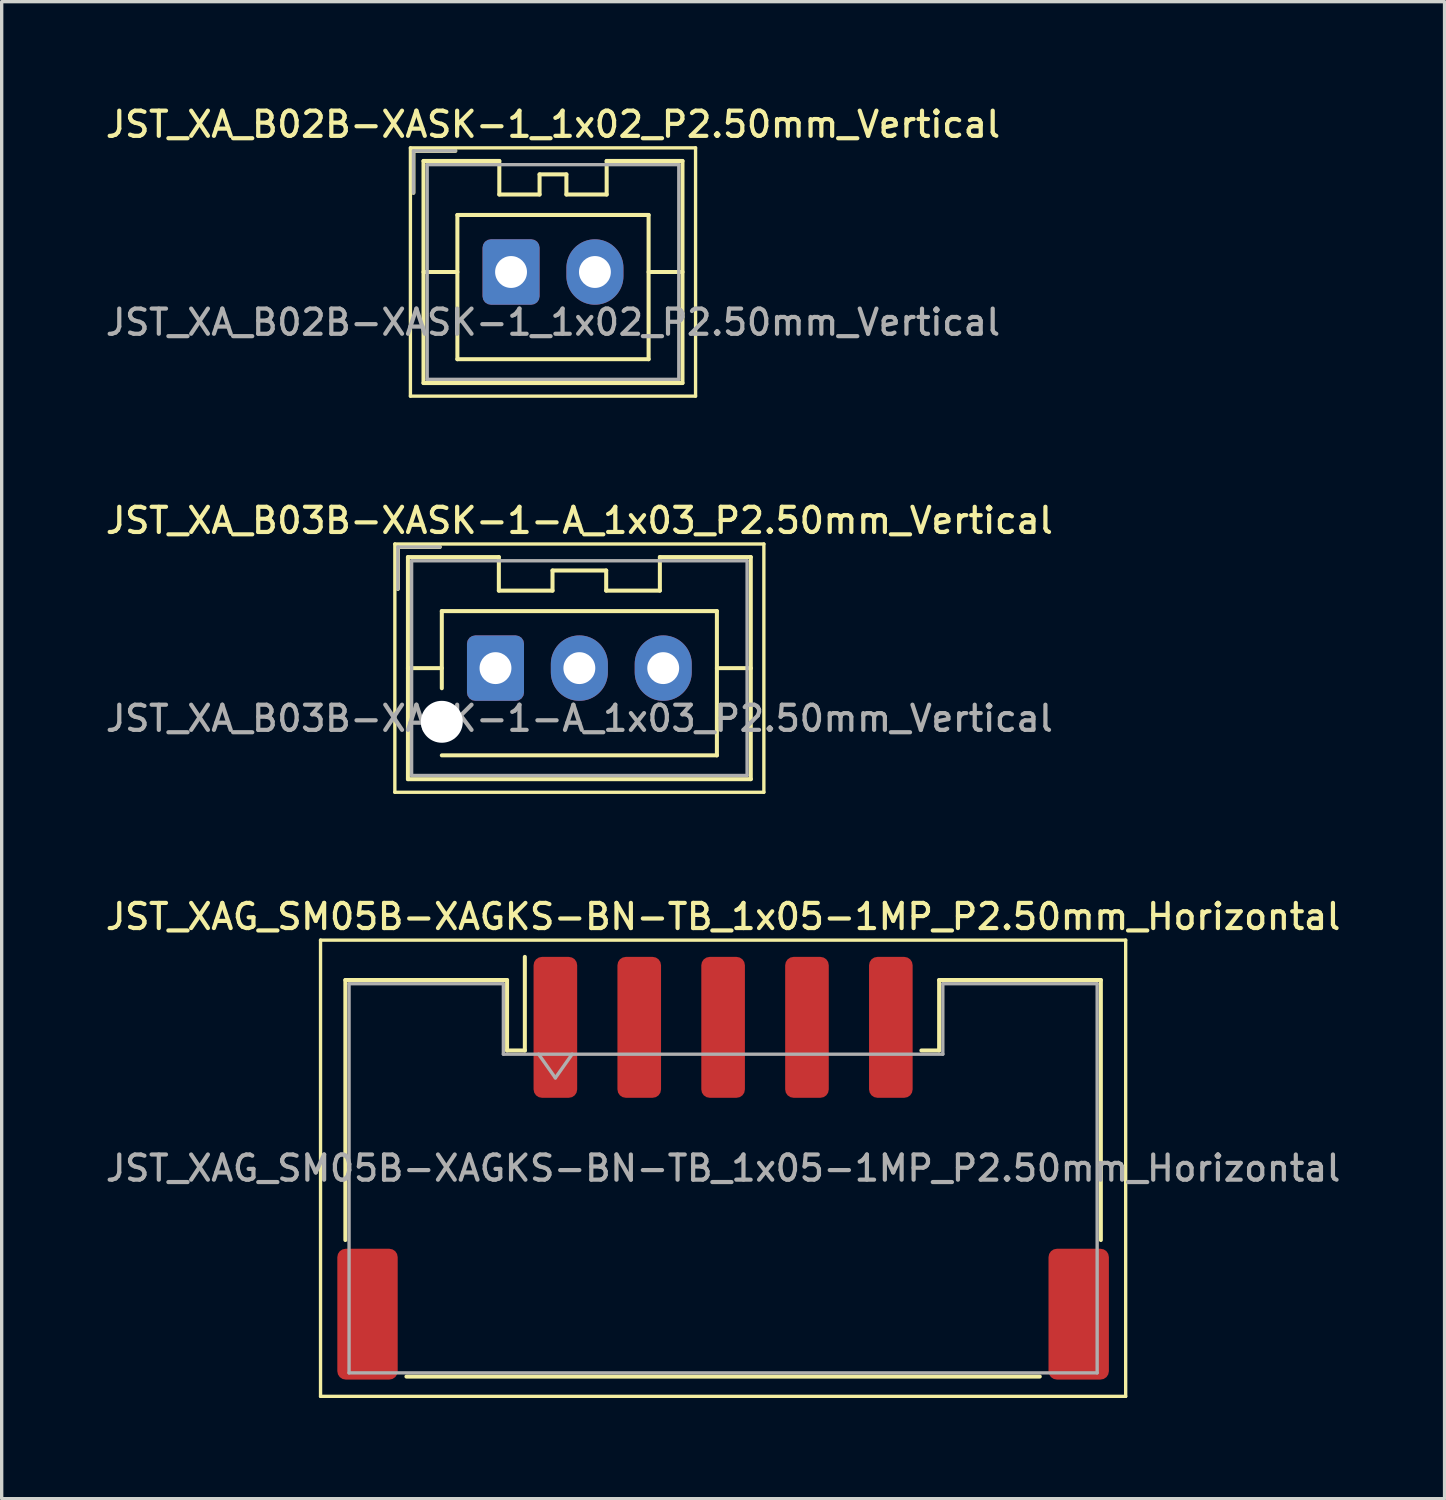
<source format=kicad_pcb>
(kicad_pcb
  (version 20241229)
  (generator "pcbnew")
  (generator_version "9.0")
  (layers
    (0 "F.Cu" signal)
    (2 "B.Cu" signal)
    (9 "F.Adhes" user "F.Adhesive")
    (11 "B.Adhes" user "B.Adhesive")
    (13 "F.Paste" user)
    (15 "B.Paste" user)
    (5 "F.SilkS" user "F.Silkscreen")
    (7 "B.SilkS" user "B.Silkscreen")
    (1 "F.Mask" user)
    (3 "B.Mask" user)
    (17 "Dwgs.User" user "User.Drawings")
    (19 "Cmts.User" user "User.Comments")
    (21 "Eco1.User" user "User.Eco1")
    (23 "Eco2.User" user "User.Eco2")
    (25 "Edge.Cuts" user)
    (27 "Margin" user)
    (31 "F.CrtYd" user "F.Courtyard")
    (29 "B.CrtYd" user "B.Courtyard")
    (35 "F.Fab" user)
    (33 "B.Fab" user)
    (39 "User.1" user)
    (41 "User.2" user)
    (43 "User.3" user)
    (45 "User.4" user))
  (footprint "JST_XA_B03B-XASK-1-A_1x03_P2.50mm_Vertical"
    (layer "F.Cu")
    (at 11.72 16.866)
    (property "Reference" "JST_XA_B03B-XASK-1-A_1x03_P2.50mm_Vertical" (at 2.5 -4.4 0) (layer "F.SilkS") (effects (font (size 0.75 0.75) (thickness 0.125))))
    (attr through_hole)
    (fp_line (start -3 -3.7) (end -3 3.7) (stroke (width 0.1) (type solid)) (layer "F.SilkS"))
    (fp_line (start -3 3.7) (end 8 3.7) (stroke (width 0.1) (type solid)) (layer "F.SilkS"))
    (fp_line (start -2.91 -3.61) (end -2.91 -2.36) (stroke (width 0.12) (type solid)) (layer "F.SilkS"))
    (fp_line (start -2.61 -3.31) (end -2.61 3.31) (stroke (width 0.12) (type solid)) (layer "F.SilkS"))
    (fp_line (start -2.61 0) (end -1.6 0) (stroke (width 0.12) (type solid)) (layer "F.SilkS"))
    (fp_line (start -2.61 3.31) (end 7.61 3.31) (stroke (width 0.12) (type solid)) (layer "F.SilkS"))
    (fp_line (start -1.66 -3.61) (end -2.91 -3.61) (stroke (width 0.12) (type solid)) (layer "F.SilkS"))
    (fp_line (start -1.6 -1.7) (end 6.6 -1.7) (stroke (width 0.12) (type solid)) (layer "F.SilkS"))
    (fp_line (start -1.6 0.6) (end -1.6 -1.7) (stroke (width 0.12) (type solid)) (layer "F.SilkS"))
    (fp_line (start 0.1 -3.31) (end -2.61 -3.31) (stroke (width 0.12) (type solid)) (layer "F.SilkS"))
    (fp_line (start 0.1 -2.31) (end 0.1 -3.31) (stroke (width 0.12) (type solid)) (layer "F.SilkS"))
    (fp_line (start 1.7 -2.91) (end 1.7 -2.31) (stroke (width 0.12) (type solid)) (layer "F.SilkS"))
    (fp_line (start 1.7 -2.31) (end 0.1 -2.31) (stroke (width 0.12) (type solid)) (layer "F.SilkS"))
    (fp_line (start 3.3 -2.91) (end 1.7 -2.91) (stroke (width 0.12) (type solid)) (layer "F.SilkS"))
    (fp_line (start 3.3 -2.31) (end 3.3 -2.91) (stroke (width 0.12) (type solid)) (layer "F.SilkS"))
    (fp_line (start 4.9 -3.31) (end 4.9 -2.31) (stroke (width 0.12) (type solid)) (layer "F.SilkS"))
    (fp_line (start 4.9 -2.31) (end 3.3 -2.31) (stroke (width 0.12) (type solid)) (layer "F.SilkS"))
    (fp_line (start 6.6 -1.7) (end 6.6 2.6) (stroke (width 0.12) (type solid)) (layer "F.SilkS"))
    (fp_line (start 6.6 2.6) (end -1.6 2.6) (stroke (width 0.12) (type solid)) (layer "F.SilkS"))
    (fp_line (start 7.61 -3.31) (end 4.9 -3.31) (stroke (width 0.12) (type solid)) (layer "F.SilkS"))
    (fp_line (start 7.61 0) (end 6.6 0) (stroke (width 0.12) (type solid)) (layer "F.SilkS"))
    (fp_line (start 7.61 3.31) (end 7.61 -3.31) (stroke (width 0.12) (type solid)) (layer "F.SilkS"))
    (fp_line (start 8 -3.7) (end -3 -3.7) (stroke (width 0.1) (type solid)) (layer "F.SilkS"))
    (fp_line (start 8 3.7) (end 8 -3.7) (stroke (width 0.1) (type solid)) (layer "F.SilkS"))
    (fp_line (start -2.91 -3.61) (end -2.91 -2.36) (stroke (width 0.1) (type solid)) (layer "F.Fab"))
    (fp_line (start -2.5 -3.2) (end -2.5 3.2) (stroke (width 0.1) (type solid)) (layer "F.Fab"))
    (fp_line (start -2.5 3.2) (end 7.5 3.2) (stroke (width 0.1) (type solid)) (layer "F.Fab"))
    (fp_line (start -1.66 -3.61) (end -2.91 -3.61) (stroke (width 0.1) (type solid)) (layer "F.Fab"))
    (fp_line (start 7.5 -3.2) (end -2.5 -3.2) (stroke (width 0.1) (type solid)) (layer "F.Fab"))
    (fp_line (start 7.5 3.2) (end 7.5 -3.2) (stroke (width 0.1) (type solid)) (layer "F.Fab"))
    (fp_text user "${REFERENCE}" (at 2.5 1.5 0) (layer "F.Fab") (effects (font (size 0.75 0.75) (thickness 0.125))))
    (pad "" np_thru_hole circle (at -1.6 1.6) (size 1.25 1.25) (drill 1.25) (layers "*.Cu" "*.Mask"))
    (pad "1" thru_hole roundrect (at 0 0) (size 1.7 1.95) (drill 0.95) (layers "*.Cu" "*.Mask") (roundrect_rratio 0.147))
    (pad "2" thru_hole oval (at 2.5 0) (size 1.7 1.95) (drill 0.95) (layers "*.Cu" "*.Mask"))
    (pad "3" thru_hole oval (at 5 0) (size 1.7 1.95) (drill 0.95) (layers "*.Cu" "*.Mask")))
  (footprint "JST_XA_B02B-XASK-1_1x02_P2.50mm_Vertical"
    (layer "F.Cu")
    (at 12.184 5.058)
    (property "Reference" "JST_XA_B02B-XASK-1_1x02_P2.50mm_Vertical" (at 1.25 -4.4 0) (layer "F.SilkS") (effects (font (size 0.75 0.75) (thickness 0.125))))
    (attr through_hole)
    (fp_line (start -3 -3.7) (end -3 3.7) (stroke (width 0.1) (type solid)) (layer "F.SilkS"))
    (fp_line (start -3 3.7) (end 5.5 3.7) (stroke (width 0.1) (type solid)) (layer "F.SilkS"))
    (fp_line (start -2.91 -3.61) (end -2.91 -2.36) (stroke (width 0.12) (type solid)) (layer "F.SilkS"))
    (fp_line (start -2.61 -3.31) (end -2.61 3.31) (stroke (width 0.12) (type solid)) (layer "F.SilkS"))
    (fp_line (start -2.61 0) (end -1.6 0) (stroke (width 0.12) (type solid)) (layer "F.SilkS"))
    (fp_line (start -2.61 3.31) (end 5.11 3.31) (stroke (width 0.12) (type solid)) (layer "F.SilkS"))
    (fp_line (start -1.66 -3.61) (end -2.91 -3.61) (stroke (width 0.12) (type solid)) (layer "F.SilkS"))
    (fp_line (start -1.6 -1.7) (end -1.6 2.6) (stroke (width 0.12) (type solid)) (layer "F.SilkS"))
    (fp_line (start -1.6 2.6) (end 4.1 2.6) (stroke (width 0.12) (type solid)) (layer "F.SilkS"))
    (fp_line (start -0.35 -3.31) (end -2.61 -3.31) (stroke (width 0.12) (type solid)) (layer "F.SilkS"))
    (fp_line (start -0.35 -2.31) (end -0.35 -3.31) (stroke (width 0.12) (type solid)) (layer "F.SilkS"))
    (fp_line (start 0.85 -2.91) (end 0.85 -2.31) (stroke (width 0.12) (type solid)) (layer "F.SilkS"))
    (fp_line (start 0.85 -2.31) (end -0.35 -2.31) (stroke (width 0.12) (type solid)) (layer "F.SilkS"))
    (fp_line (start 1.65 -2.91) (end 0.85 -2.91) (stroke (width 0.12) (type solid)) (layer "F.SilkS"))
    (fp_line (start 1.65 -2.31) (end 1.65 -2.91) (stroke (width 0.12) (type solid)) (layer "F.SilkS"))
    (fp_line (start 2.85 -3.31) (end 2.85 -2.31) (stroke (width 0.12) (type solid)) (layer "F.SilkS"))
    (fp_line (start 2.85 -2.31) (end 1.65 -2.31) (stroke (width 0.12) (type solid)) (layer "F.SilkS"))
    (fp_line (start 4.1 -1.7) (end -1.6 -1.7) (stroke (width 0.12) (type solid)) (layer "F.SilkS"))
    (fp_line (start 4.1 2.6) (end 4.1 -1.7) (stroke (width 0.12) (type solid)) (layer "F.SilkS"))
    (fp_line (start 5.11 -3.31) (end 2.85 -3.31) (stroke (width 0.12) (type solid)) (layer "F.SilkS"))
    (fp_line (start 5.11 0) (end 4.1 0) (stroke (width 0.12) (type solid)) (layer "F.SilkS"))
    (fp_line (start 5.11 3.31) (end 5.11 -3.31) (stroke (width 0.12) (type solid)) (layer "F.SilkS"))
    (fp_line (start 5.5 -3.7) (end -3 -3.7) (stroke (width 0.1) (type solid)) (layer "F.SilkS"))
    (fp_line (start 5.5 3.7) (end 5.5 -3.7) (stroke (width 0.1) (type solid)) (layer "F.SilkS"))
    (fp_line (start -2.91 -3.61) (end -2.91 -2.36) (stroke (width 0.1) (type solid)) (layer "F.Fab"))
    (fp_line (start -2.5 -3.2) (end -2.5 3.2) (stroke (width 0.1) (type solid)) (layer "F.Fab"))
    (fp_line (start -2.5 3.2) (end 5 3.2) (stroke (width 0.1) (type solid)) (layer "F.Fab"))
    (fp_line (start -1.66 -3.61) (end -2.91 -3.61) (stroke (width 0.1) (type solid)) (layer "F.Fab"))
    (fp_line (start 5 -3.2) (end -2.5 -3.2) (stroke (width 0.1) (type solid)) (layer "F.Fab"))
    (fp_line (start 5 3.2) (end 5 -3.2) (stroke (width 0.1) (type solid)) (layer "F.Fab"))
    (fp_text user "${REFERENCE}" (at 1.25 1.5 0) (layer "F.Fab") (effects (font (size 0.75 0.75) (thickness 0.125))))
    (pad "1" thru_hole roundrect (at 0 0) (size 1.7 1.95) (drill 0.95) (layers "*.Cu" "*.Mask") (roundrect_rratio 0.147))
    (pad "2" thru_hole oval (at 2.5 0) (size 1.7 1.95) (drill 0.95) (layers "*.Cu" "*.Mask")))
  (footprint "JST_XAG_SM05B-XAGKS-BN-TB_1x05-1MP_P2.50mm_Horizontal"
    (layer "F.Cu")
    (at 18.505 31.774)
    (property "Reference" "JST_XAG_SM05B-XAGKS-BN-TB_1x05-1MP_P2.50mm_Horizontal" (at 0 -7.5 0) (layer "F.SilkS") (effects (font (size 0.75 0.75) (thickness 0.125))))
    (attr smd)
    (fp_line (start -12 -6.8) (end -12 6.8) (stroke (width 0.1) (type solid)) (layer "F.SilkS"))
    (fp_line (start -12 6.8) (end 12 6.8) (stroke (width 0.1) (type solid)) (layer "F.SilkS"))
    (fp_line (start -11.26 -5.61) (end -6.44 -5.61) (stroke (width 0.12) (type solid)) (layer "F.SilkS"))
    (fp_line (start -11.26 2.14) (end -11.26 -5.61) (stroke (width 0.12) (type solid)) (layer "F.SilkS"))
    (fp_line (start -9.44 6.21) (end 9.44 6.21) (stroke (width 0.12) (type solid)) (layer "F.SilkS"))
    (fp_line (start -6.44 -5.61) (end -6.44 -3.51) (stroke (width 0.12) (type solid)) (layer "F.SilkS"))
    (fp_line (start -6.44 -3.51) (end -5.91 -3.51) (stroke (width 0.12) (type solid)) (layer "F.SilkS"))
    (fp_line (start -5.91 -3.51) (end -5.91 -6.3) (stroke (width 0.12) (type solid)) (layer "F.SilkS"))
    (fp_line (start 6.44 -5.61) (end 6.44 -3.51) (stroke (width 0.12) (type solid)) (layer "F.SilkS"))
    (fp_line (start 6.44 -3.51) (end 5.91 -3.51) (stroke (width 0.12) (type solid)) (layer "F.SilkS"))
    (fp_line (start 11.26 -5.61) (end 6.44 -5.61) (stroke (width 0.12) (type solid)) (layer "F.SilkS"))
    (fp_line (start 11.26 2.14) (end 11.26 -5.61) (stroke (width 0.12) (type solid)) (layer "F.SilkS"))
    (fp_line (start 12 -6.8) (end -12 -6.8) (stroke (width 0.1) (type solid)) (layer "F.SilkS"))
    (fp_line (start 12 6.8) (end 12 -6.8) (stroke (width 0.1) (type solid)) (layer "F.SilkS"))
    (fp_line (start -11.15 -5.5) (end -11.15 6.1) (stroke (width 0.1) (type solid)) (layer "F.Fab"))
    (fp_line (start -11.15 -5.5) (end -6.55 -5.5) (stroke (width 0.1) (type solid)) (layer "F.Fab"))
    (fp_line (start -11.15 6.1) (end 11.15 6.1) (stroke (width 0.1) (type solid)) (layer "F.Fab"))
    (fp_line (start -6.55 -5.5) (end -6.55 -3.4) (stroke (width 0.1) (type solid)) (layer "F.Fab"))
    (fp_line (start -6.55 -3.4) (end 6.55 -3.4) (stroke (width 0.1) (type solid)) (layer "F.Fab"))
    (fp_line (start -5.5 -3.4) (end -5 -2.693) (stroke (width 0.1) (type solid)) (layer "F.Fab"))
    (fp_line (start -5 -2.693) (end -4.5 -3.4) (stroke (width 0.1) (type solid)) (layer "F.Fab"))
    (fp_line (start 6.55 -5.5) (end 11.15 -5.5) (stroke (width 0.1) (type solid)) (layer "F.Fab"))
    (fp_line (start 6.55 -3.4) (end 6.55 -5.5) (stroke (width 0.1) (type solid)) (layer "F.Fab"))
    (fp_line (start 11.15 -5.5) (end 11.15 6.1) (stroke (width 0.1) (type solid)) (layer "F.Fab"))
    (fp_text user "${REFERENCE}" (at 0 0 0) (layer "F.Fab") (effects (font (size 0.75 0.75) (thickness 0.125))))
    (pad "1" smd roundrect (at -5 -4.2) (size 1.3 4.2) (layers "F.Cu" "F.Mask" "F.Paste") (roundrect_rratio 0.192))
    (pad "2" smd roundrect (at -2.5 -4.2) (size 1.3 4.2) (layers "F.Cu" "F.Mask" "F.Paste") (roundrect_rratio 0.192))
    (pad "3" smd roundrect (at 0 -4.2) (size 1.3 4.2) (layers "F.Cu" "F.Mask" "F.Paste") (roundrect_rratio 0.192))
    (pad "4" smd roundrect (at 2.5 -4.2) (size 1.3 4.2) (layers "F.Cu" "F.Mask" "F.Paste") (roundrect_rratio 0.192))
    (pad "5" smd roundrect (at 5 -4.2) (size 1.3 4.2) (layers "F.Cu" "F.Mask" "F.Paste") (roundrect_rratio 0.192))
    (pad "MP" smd roundrect (at -10.6 4.35) (size 1.8 3.9) (layers "F.Cu" "F.Mask" "F.Paste") (roundrect_rratio 0.139))
    (pad "MP" smd roundrect (at 10.6 4.35) (size 1.8 3.9) (layers "F.Cu" "F.Mask" "F.Paste") (roundrect_rratio 0.139)))
  (gr_rect
    (start -3 -3)
    (end 40.011 41.624)
    (stroke (width 0.1) (type default))
    (fill no)
    (layer "Edge.Cuts")))
</source>
